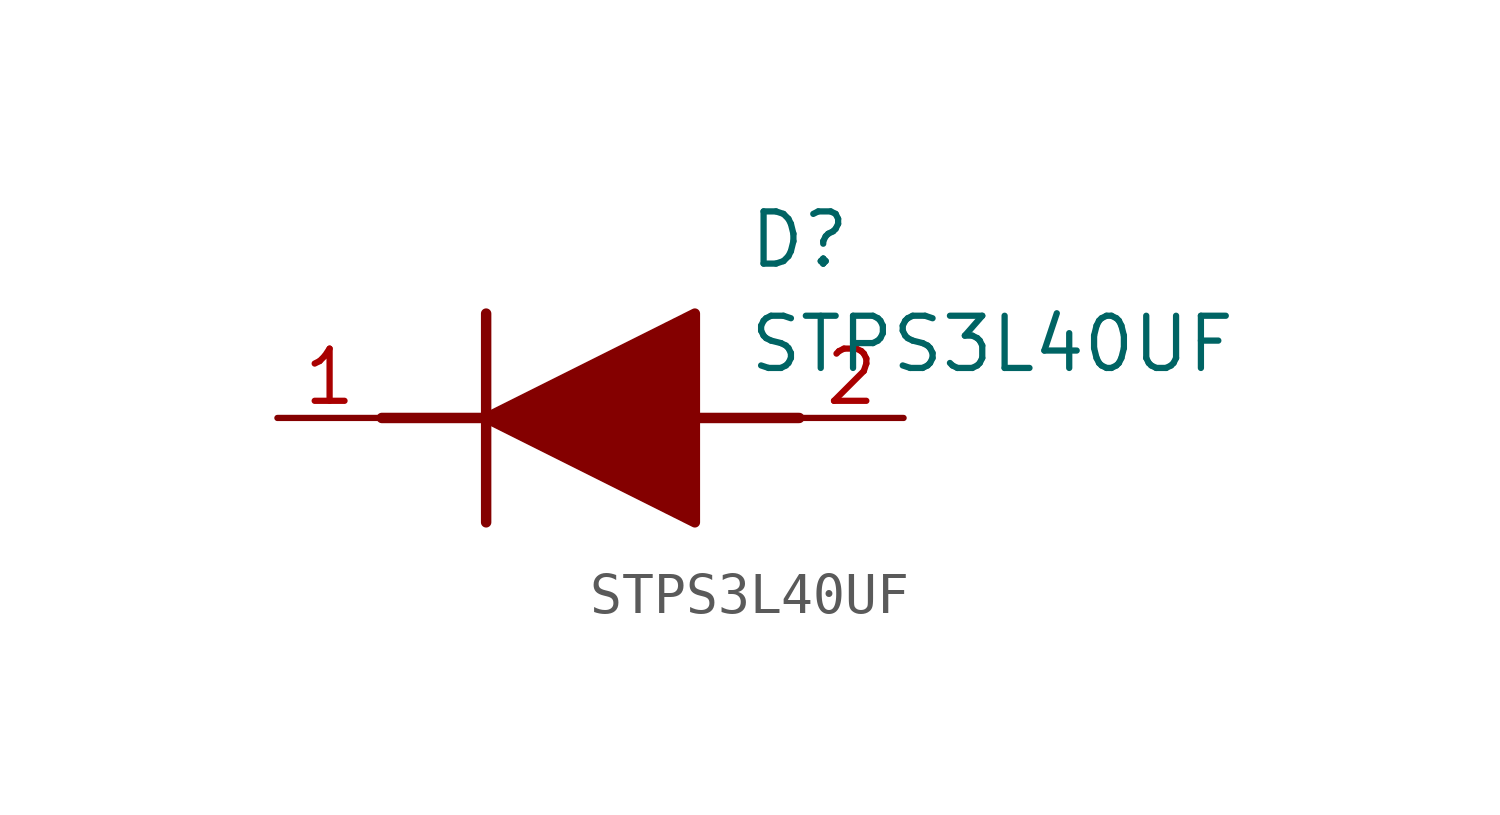
<source format=kicad_sym>
(kicad_symbol_lib
  (version 20211014)
  (generator SamacSys_ECAD_Model)
  (symbol "STPS3L40UF"
    (pin_names hide)
    (property "Reference" "D"
      (at 11.43 5.08 0)
      (effects (font (size 1.27 1.27)) (justify left top)))
    (property "Value" "STPS3L40UF"
      (at 11.43 2.54 0)
      (effects (font (size 1.27 1.27)) (justify left top)))
    (polyline
      (pts (xy 5.08 2.54) (xy 5.08 -2.54))
      (stroke (width 0.254) (type default))
      (fill (type none)))
    (polyline
      (pts (xy 2.54 0) (xy 5.08 0))
      (stroke (width 0.254) (type default))
      (fill (type none)))
    (polyline
      (pts (xy 10.16 0) (xy 12.7 0))
      (stroke (width 0.254) (type default))
      (fill (type none)))
    (polyline
      (pts (xy 5.08 0) (xy 10.16 2.54) (xy 10.16 -2.54) (xy 5.08 0))
      (stroke (width 0.254) (type default))
      (fill (type outline)))
    (pin passive line
      (at 0 0 0)
      (length 2.54)
      (name "K" (effects (font (size 1.27 1.27))))
      (number "1" (effects (font (size 1.27 1.27)))))
    (pin passive line
      (at 15.24 0 180)
      (length 2.54)
      (name "A" (effects (font (size 1.27 1.27))))
      (number "2" (effects (font (size 1.27 1.27)))))))
</source>
